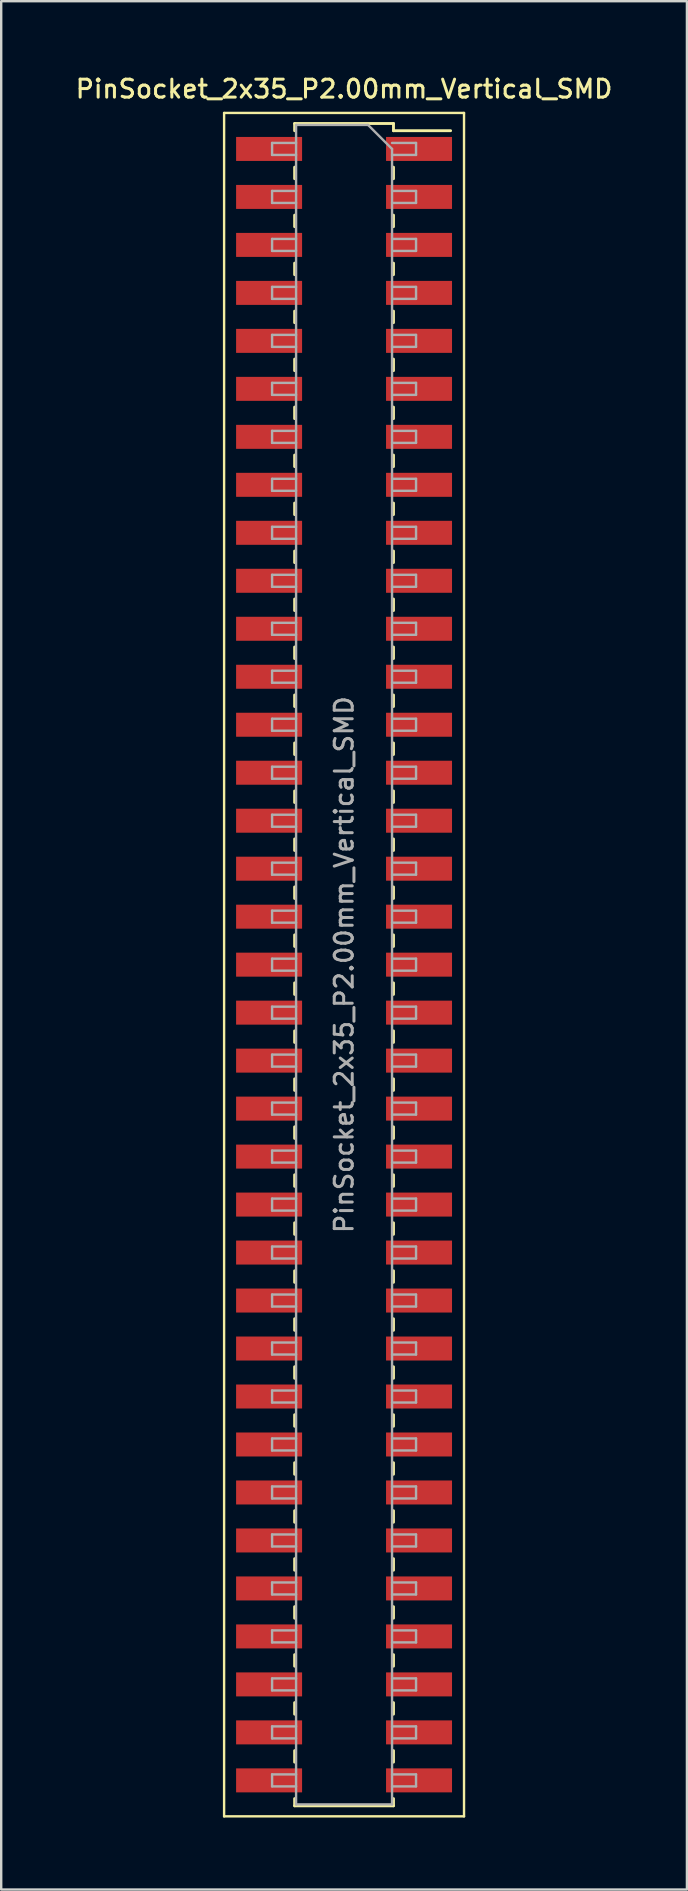
<source format=kicad_pcb>
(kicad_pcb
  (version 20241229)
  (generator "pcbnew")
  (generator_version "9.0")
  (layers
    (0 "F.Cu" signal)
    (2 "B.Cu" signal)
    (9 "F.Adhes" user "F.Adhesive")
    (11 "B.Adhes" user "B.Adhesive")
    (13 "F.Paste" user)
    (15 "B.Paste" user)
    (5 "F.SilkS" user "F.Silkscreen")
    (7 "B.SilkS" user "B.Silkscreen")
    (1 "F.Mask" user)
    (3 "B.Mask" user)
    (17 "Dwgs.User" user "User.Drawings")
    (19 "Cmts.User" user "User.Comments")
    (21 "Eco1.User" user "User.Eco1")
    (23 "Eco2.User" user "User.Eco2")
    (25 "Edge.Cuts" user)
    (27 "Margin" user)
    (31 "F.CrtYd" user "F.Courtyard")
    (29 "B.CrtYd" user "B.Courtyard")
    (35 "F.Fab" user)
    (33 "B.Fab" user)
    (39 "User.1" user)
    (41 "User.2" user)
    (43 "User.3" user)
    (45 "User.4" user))
  (footprint "PinSocket_2x35_P2.00mm_Vertical_SMD"
    (layer "F.Cu")
    (at 11.291 37.158)
    (property "Reference" "PinSocket_2x35_P2.00mm_Vertical_SMD" (at 0 -36.5 0) (layer "F.SilkS") (effects (font (size 0.75 0.75) (thickness 0.125))))
    (attr smd)
    (fp_line (start -5 -35.5) (end 5 -35.5) (stroke (width 0.1) (type solid)) (layer "F.SilkS"))
    (fp_line (start -5 35.5) (end -5 -35.5) (stroke (width 0.1) (type solid)) (layer "F.SilkS"))
    (fp_line (start -2.06 -35.06) (end -2.06 -34.76) (stroke (width 0.12) (type solid)) (layer "F.SilkS"))
    (fp_line (start -2.06 -35.06) (end 2.06 -35.06) (stroke (width 0.12) (type solid)) (layer "F.SilkS"))
    (fp_line (start -2.06 -33.24) (end -2.06 -32.76) (stroke (width 0.12) (type solid)) (layer "F.SilkS"))
    (fp_line (start -2.06 -31.24) (end -2.06 -30.76) (stroke (width 0.12) (type solid)) (layer "F.SilkS"))
    (fp_line (start -2.06 -29.24) (end -2.06 -28.76) (stroke (width 0.12) (type solid)) (layer "F.SilkS"))
    (fp_line (start -2.06 -27.24) (end -2.06 -26.76) (stroke (width 0.12) (type solid)) (layer "F.SilkS"))
    (fp_line (start -2.06 -25.24) (end -2.06 -24.76) (stroke (width 0.12) (type solid)) (layer "F.SilkS"))
    (fp_line (start -2.06 -23.24) (end -2.06 -22.76) (stroke (width 0.12) (type solid)) (layer "F.SilkS"))
    (fp_line (start -2.06 -21.24) (end -2.06 -20.76) (stroke (width 0.12) (type solid)) (layer "F.SilkS"))
    (fp_line (start -2.06 -19.24) (end -2.06 -18.76) (stroke (width 0.12) (type solid)) (layer "F.SilkS"))
    (fp_line (start -2.06 -17.24) (end -2.06 -16.76) (stroke (width 0.12) (type solid)) (layer "F.SilkS"))
    (fp_line (start -2.06 -15.24) (end -2.06 -14.76) (stroke (width 0.12) (type solid)) (layer "F.SilkS"))
    (fp_line (start -2.06 -13.24) (end -2.06 -12.76) (stroke (width 0.12) (type solid)) (layer "F.SilkS"))
    (fp_line (start -2.06 -11.24) (end -2.06 -10.76) (stroke (width 0.12) (type solid)) (layer "F.SilkS"))
    (fp_line (start -2.06 -9.24) (end -2.06 -8.76) (stroke (width 0.12) (type solid)) (layer "F.SilkS"))
    (fp_line (start -2.06 -7.24) (end -2.06 -6.76) (stroke (width 0.12) (type solid)) (layer "F.SilkS"))
    (fp_line (start -2.06 -5.24) (end -2.06 -4.76) (stroke (width 0.12) (type solid)) (layer "F.SilkS"))
    (fp_line (start -2.06 -3.24) (end -2.06 -2.76) (stroke (width 0.12) (type solid)) (layer "F.SilkS"))
    (fp_line (start -2.06 -1.24) (end -2.06 -0.76) (stroke (width 0.12) (type solid)) (layer "F.SilkS"))
    (fp_line (start -2.06 0.76) (end -2.06 1.24) (stroke (width 0.12) (type solid)) (layer "F.SilkS"))
    (fp_line (start -2.06 2.76) (end -2.06 3.24) (stroke (width 0.12) (type solid)) (layer "F.SilkS"))
    (fp_line (start -2.06 4.76) (end -2.06 5.24) (stroke (width 0.12) (type solid)) (layer "F.SilkS"))
    (fp_line (start -2.06 6.76) (end -2.06 7.24) (stroke (width 0.12) (type solid)) (layer "F.SilkS"))
    (fp_line (start -2.06 8.76) (end -2.06 9.24) (stroke (width 0.12) (type solid)) (layer "F.SilkS"))
    (fp_line (start -2.06 10.76) (end -2.06 11.24) (stroke (width 0.12) (type solid)) (layer "F.SilkS"))
    (fp_line (start -2.06 12.76) (end -2.06 13.24) (stroke (width 0.12) (type solid)) (layer "F.SilkS"))
    (fp_line (start -2.06 14.76) (end -2.06 15.24) (stroke (width 0.12) (type solid)) (layer "F.SilkS"))
    (fp_line (start -2.06 16.76) (end -2.06 17.24) (stroke (width 0.12) (type solid)) (layer "F.SilkS"))
    (fp_line (start -2.06 18.76) (end -2.06 19.24) (stroke (width 0.12) (type solid)) (layer "F.SilkS"))
    (fp_line (start -2.06 20.76) (end -2.06 21.24) (stroke (width 0.12) (type solid)) (layer "F.SilkS"))
    (fp_line (start -2.06 22.76) (end -2.06 23.24) (stroke (width 0.12) (type solid)) (layer "F.SilkS"))
    (fp_line (start -2.06 24.76) (end -2.06 25.24) (stroke (width 0.12) (type solid)) (layer "F.SilkS"))
    (fp_line (start -2.06 26.76) (end -2.06 27.24) (stroke (width 0.12) (type solid)) (layer "F.SilkS"))
    (fp_line (start -2.06 28.76) (end -2.06 29.24) (stroke (width 0.12) (type solid)) (layer "F.SilkS"))
    (fp_line (start -2.06 30.76) (end -2.06 31.24) (stroke (width 0.12) (type solid)) (layer "F.SilkS"))
    (fp_line (start -2.06 32.76) (end -2.06 33.24) (stroke (width 0.12) (type solid)) (layer "F.SilkS"))
    (fp_line (start -2.06 34.76) (end -2.06 35.06) (stroke (width 0.12) (type solid)) (layer "F.SilkS"))
    (fp_line (start -2.06 35.06) (end 2.06 35.06) (stroke (width 0.12) (type solid)) (layer "F.SilkS"))
    (fp_line (start 2.06 -35.06) (end 2.06 -34.76) (stroke (width 0.12) (type solid)) (layer "F.SilkS"))
    (fp_line (start 2.06 -34.76) (end 4.44 -34.76) (stroke (width 0.12) (type solid)) (layer "F.SilkS"))
    (fp_line (start 2.06 -33.24) (end 2.06 -32.76) (stroke (width 0.12) (type solid)) (layer "F.SilkS"))
    (fp_line (start 2.06 -31.24) (end 2.06 -30.76) (stroke (width 0.12) (type solid)) (layer "F.SilkS"))
    (fp_line (start 2.06 -29.24) (end 2.06 -28.76) (stroke (width 0.12) (type solid)) (layer "F.SilkS"))
    (fp_line (start 2.06 -27.24) (end 2.06 -26.76) (stroke (width 0.12) (type solid)) (layer "F.SilkS"))
    (fp_line (start 2.06 -25.24) (end 2.06 -24.76) (stroke (width 0.12) (type solid)) (layer "F.SilkS"))
    (fp_line (start 2.06 -23.24) (end 2.06 -22.76) (stroke (width 0.12) (type solid)) (layer "F.SilkS"))
    (fp_line (start 2.06 -21.24) (end 2.06 -20.76) (stroke (width 0.12) (type solid)) (layer "F.SilkS"))
    (fp_line (start 2.06 -19.24) (end 2.06 -18.76) (stroke (width 0.12) (type solid)) (layer "F.SilkS"))
    (fp_line (start 2.06 -17.24) (end 2.06 -16.76) (stroke (width 0.12) (type solid)) (layer "F.SilkS"))
    (fp_line (start 2.06 -15.24) (end 2.06 -14.76) (stroke (width 0.12) (type solid)) (layer "F.SilkS"))
    (fp_line (start 2.06 -13.24) (end 2.06 -12.76) (stroke (width 0.12) (type solid)) (layer "F.SilkS"))
    (fp_line (start 2.06 -11.24) (end 2.06 -10.76) (stroke (width 0.12) (type solid)) (layer "F.SilkS"))
    (fp_line (start 2.06 -9.24) (end 2.06 -8.76) (stroke (width 0.12) (type solid)) (layer "F.SilkS"))
    (fp_line (start 2.06 -7.24) (end 2.06 -6.76) (stroke (width 0.12) (type solid)) (layer "F.SilkS"))
    (fp_line (start 2.06 -5.24) (end 2.06 -4.76) (stroke (width 0.12) (type solid)) (layer "F.SilkS"))
    (fp_line (start 2.06 -3.24) (end 2.06 -2.76) (stroke (width 0.12) (type solid)) (layer "F.SilkS"))
    (fp_line (start 2.06 -1.24) (end 2.06 -0.76) (stroke (width 0.12) (type solid)) (layer "F.SilkS"))
    (fp_line (start 2.06 0.76) (end 2.06 1.24) (stroke (width 0.12) (type solid)) (layer "F.SilkS"))
    (fp_line (start 2.06 2.76) (end 2.06 3.24) (stroke (width 0.12) (type solid)) (layer "F.SilkS"))
    (fp_line (start 2.06 4.76) (end 2.06 5.24) (stroke (width 0.12) (type solid)) (layer "F.SilkS"))
    (fp_line (start 2.06 6.76) (end 2.06 7.24) (stroke (width 0.12) (type solid)) (layer "F.SilkS"))
    (fp_line (start 2.06 8.76) (end 2.06 9.24) (stroke (width 0.12) (type solid)) (layer "F.SilkS"))
    (fp_line (start 2.06 10.76) (end 2.06 11.24) (stroke (width 0.12) (type solid)) (layer "F.SilkS"))
    (fp_line (start 2.06 12.76) (end 2.06 13.24) (stroke (width 0.12) (type solid)) (layer "F.SilkS"))
    (fp_line (start 2.06 14.76) (end 2.06 15.24) (stroke (width 0.12) (type solid)) (layer "F.SilkS"))
    (fp_line (start 2.06 16.76) (end 2.06 17.24) (stroke (width 0.12) (type solid)) (layer "F.SilkS"))
    (fp_line (start 2.06 18.76) (end 2.06 19.24) (stroke (width 0.12) (type solid)) (layer "F.SilkS"))
    (fp_line (start 2.06 20.76) (end 2.06 21.24) (stroke (width 0.12) (type solid)) (layer "F.SilkS"))
    (fp_line (start 2.06 22.76) (end 2.06 23.24) (stroke (width 0.12) (type solid)) (layer "F.SilkS"))
    (fp_line (start 2.06 24.76) (end 2.06 25.24) (stroke (width 0.12) (type solid)) (layer "F.SilkS"))
    (fp_line (start 2.06 26.76) (end 2.06 27.24) (stroke (width 0.12) (type solid)) (layer "F.SilkS"))
    (fp_line (start 2.06 28.76) (end 2.06 29.24) (stroke (width 0.12) (type solid)) (layer "F.SilkS"))
    (fp_line (start 2.06 30.76) (end 2.06 31.24) (stroke (width 0.12) (type solid)) (layer "F.SilkS"))
    (fp_line (start 2.06 32.76) (end 2.06 33.24) (stroke (width 0.12) (type solid)) (layer "F.SilkS"))
    (fp_line (start 2.06 34.76) (end 2.06 35.06) (stroke (width 0.12) (type solid)) (layer "F.SilkS"))
    (fp_line (start 5 -35.5) (end 5 35.5) (stroke (width 0.1) (type solid)) (layer "F.SilkS"))
    (fp_line (start 5 35.5) (end -5 35.5) (stroke (width 0.1) (type solid)) (layer "F.SilkS"))
    (fp_line (start -3 -34.25) (end -2 -34.25) (stroke (width 0.1) (type solid)) (layer "F.Fab"))
    (fp_line (start -3 -33.75) (end -3 -34.25) (stroke (width 0.1) (type solid)) (layer "F.Fab"))
    (fp_line (start -3 -32.25) (end -2 -32.25) (stroke (width 0.1) (type solid)) (layer "F.Fab"))
    (fp_line (start -3 -31.75) (end -3 -32.25) (stroke (width 0.1) (type solid)) (layer "F.Fab"))
    (fp_line (start -3 -30.25) (end -2 -30.25) (stroke (width 0.1) (type solid)) (layer "F.Fab"))
    (fp_line (start -3 -29.75) (end -3 -30.25) (stroke (width 0.1) (type solid)) (layer "F.Fab"))
    (fp_line (start -3 -28.25) (end -2 -28.25) (stroke (width 0.1) (type solid)) (layer "F.Fab"))
    (fp_line (start -3 -27.75) (end -3 -28.25) (stroke (width 0.1) (type solid)) (layer "F.Fab"))
    (fp_line (start -3 -26.25) (end -2 -26.25) (stroke (width 0.1) (type solid)) (layer "F.Fab"))
    (fp_line (start -3 -25.75) (end -3 -26.25) (stroke (width 0.1) (type solid)) (layer "F.Fab"))
    (fp_line (start -3 -24.25) (end -2 -24.25) (stroke (width 0.1) (type solid)) (layer "F.Fab"))
    (fp_line (start -3 -23.75) (end -3 -24.25) (stroke (width 0.1) (type solid)) (layer "F.Fab"))
    (fp_line (start -3 -22.25) (end -2 -22.25) (stroke (width 0.1) (type solid)) (layer "F.Fab"))
    (fp_line (start -3 -21.75) (end -3 -22.25) (stroke (width 0.1) (type solid)) (layer "F.Fab"))
    (fp_line (start -3 -20.25) (end -2 -20.25) (stroke (width 0.1) (type solid)) (layer "F.Fab"))
    (fp_line (start -3 -19.75) (end -3 -20.25) (stroke (width 0.1) (type solid)) (layer "F.Fab"))
    (fp_line (start -3 -18.25) (end -2 -18.25) (stroke (width 0.1) (type solid)) (layer "F.Fab"))
    (fp_line (start -3 -17.75) (end -3 -18.25) (stroke (width 0.1) (type solid)) (layer "F.Fab"))
    (fp_line (start -3 -16.25) (end -2 -16.25) (stroke (width 0.1) (type solid)) (layer "F.Fab"))
    (fp_line (start -3 -15.75) (end -3 -16.25) (stroke (width 0.1) (type solid)) (layer "F.Fab"))
    (fp_line (start -3 -14.25) (end -2 -14.25) (stroke (width 0.1) (type solid)) (layer "F.Fab"))
    (fp_line (start -3 -13.75) (end -3 -14.25) (stroke (width 0.1) (type solid)) (layer "F.Fab"))
    (fp_line (start -3 -12.25) (end -2 -12.25) (stroke (width 0.1) (type solid)) (layer "F.Fab"))
    (fp_line (start -3 -11.75) (end -3 -12.25) (stroke (width 0.1) (type solid)) (layer "F.Fab"))
    (fp_line (start -3 -10.25) (end -2 -10.25) (stroke (width 0.1) (type solid)) (layer "F.Fab"))
    (fp_line (start -3 -9.75) (end -3 -10.25) (stroke (width 0.1) (type solid)) (layer "F.Fab"))
    (fp_line (start -3 -8.25) (end -2 -8.25) (stroke (width 0.1) (type solid)) (layer "F.Fab"))
    (fp_line (start -3 -7.75) (end -3 -8.25) (stroke (width 0.1) (type solid)) (layer "F.Fab"))
    (fp_line (start -3 -6.25) (end -2 -6.25) (stroke (width 0.1) (type solid)) (layer "F.Fab"))
    (fp_line (start -3 -5.75) (end -3 -6.25) (stroke (width 0.1) (type solid)) (layer "F.Fab"))
    (fp_line (start -3 -4.25) (end -2 -4.25) (stroke (width 0.1) (type solid)) (layer "F.Fab"))
    (fp_line (start -3 -3.75) (end -3 -4.25) (stroke (width 0.1) (type solid)) (layer "F.Fab"))
    (fp_line (start -3 -2.25) (end -2 -2.25) (stroke (width 0.1) (type solid)) (layer "F.Fab"))
    (fp_line (start -3 -1.75) (end -3 -2.25) (stroke (width 0.1) (type solid)) (layer "F.Fab"))
    (fp_line (start -3 -0.25) (end -2 -0.25) (stroke (width 0.1) (type solid)) (layer "F.Fab"))
    (fp_line (start -3 0.25) (end -3 -0.25) (stroke (width 0.1) (type solid)) (layer "F.Fab"))
    (fp_line (start -3 1.75) (end -2 1.75) (stroke (width 0.1) (type solid)) (layer "F.Fab"))
    (fp_line (start -3 2.25) (end -3 1.75) (stroke (width 0.1) (type solid)) (layer "F.Fab"))
    (fp_line (start -3 3.75) (end -2 3.75) (stroke (width 0.1) (type solid)) (layer "F.Fab"))
    (fp_line (start -3 4.25) (end -3 3.75) (stroke (width 0.1) (type solid)) (layer "F.Fab"))
    (fp_line (start -3 5.75) (end -2 5.75) (stroke (width 0.1) (type solid)) (layer "F.Fab"))
    (fp_line (start -3 6.25) (end -3 5.75) (stroke (width 0.1) (type solid)) (layer "F.Fab"))
    (fp_line (start -3 7.75) (end -2 7.75) (stroke (width 0.1) (type solid)) (layer "F.Fab"))
    (fp_line (start -3 8.25) (end -3 7.75) (stroke (width 0.1) (type solid)) (layer "F.Fab"))
    (fp_line (start -3 9.75) (end -2 9.75) (stroke (width 0.1) (type solid)) (layer "F.Fab"))
    (fp_line (start -3 10.25) (end -3 9.75) (stroke (width 0.1) (type solid)) (layer "F.Fab"))
    (fp_line (start -3 11.75) (end -2 11.75) (stroke (width 0.1) (type solid)) (layer "F.Fab"))
    (fp_line (start -3 12.25) (end -3 11.75) (stroke (width 0.1) (type solid)) (layer "F.Fab"))
    (fp_line (start -3 13.75) (end -2 13.75) (stroke (width 0.1) (type solid)) (layer "F.Fab"))
    (fp_line (start -3 14.25) (end -3 13.75) (stroke (width 0.1) (type solid)) (layer "F.Fab"))
    (fp_line (start -3 15.75) (end -2 15.75) (stroke (width 0.1) (type solid)) (layer "F.Fab"))
    (fp_line (start -3 16.25) (end -3 15.75) (stroke (width 0.1) (type solid)) (layer "F.Fab"))
    (fp_line (start -3 17.75) (end -2 17.75) (stroke (width 0.1) (type solid)) (layer "F.Fab"))
    (fp_line (start -3 18.25) (end -3 17.75) (stroke (width 0.1) (type solid)) (layer "F.Fab"))
    (fp_line (start -3 19.75) (end -2 19.75) (stroke (width 0.1) (type solid)) (layer "F.Fab"))
    (fp_line (start -3 20.25) (end -3 19.75) (stroke (width 0.1) (type solid)) (layer "F.Fab"))
    (fp_line (start -3 21.75) (end -2 21.75) (stroke (width 0.1) (type solid)) (layer "F.Fab"))
    (fp_line (start -3 22.25) (end -3 21.75) (stroke (width 0.1) (type solid)) (layer "F.Fab"))
    (fp_line (start -3 23.75) (end -2 23.75) (stroke (width 0.1) (type solid)) (layer "F.Fab"))
    (fp_line (start -3 24.25) (end -3 23.75) (stroke (width 0.1) (type solid)) (layer "F.Fab"))
    (fp_line (start -3 25.75) (end -2 25.75) (stroke (width 0.1) (type solid)) (layer "F.Fab"))
    (fp_line (start -3 26.25) (end -3 25.75) (stroke (width 0.1) (type solid)) (layer "F.Fab"))
    (fp_line (start -3 27.75) (end -2 27.75) (stroke (width 0.1) (type solid)) (layer "F.Fab"))
    (fp_line (start -3 28.25) (end -3 27.75) (stroke (width 0.1) (type solid)) (layer "F.Fab"))
    (fp_line (start -3 29.75) (end -2 29.75) (stroke (width 0.1) (type solid)) (layer "F.Fab"))
    (fp_line (start -3 30.25) (end -3 29.75) (stroke (width 0.1) (type solid)) (layer "F.Fab"))
    (fp_line (start -3 31.75) (end -2 31.75) (stroke (width 0.1) (type solid)) (layer "F.Fab"))
    (fp_line (start -3 32.25) (end -3 31.75) (stroke (width 0.1) (type solid)) (layer "F.Fab"))
    (fp_line (start -3 33.75) (end -2 33.75) (stroke (width 0.1) (type solid)) (layer "F.Fab"))
    (fp_line (start -3 34.25) (end -3 33.75) (stroke (width 0.1) (type solid)) (layer "F.Fab"))
    (fp_line (start -2 -35) (end 1 -35) (stroke (width 0.1) (type solid)) (layer "F.Fab"))
    (fp_line (start -2 -33.75) (end -3 -33.75) (stroke (width 0.1) (type solid)) (layer "F.Fab"))
    (fp_line (start -2 -31.75) (end -3 -31.75) (stroke (width 0.1) (type solid)) (layer "F.Fab"))
    (fp_line (start -2 -29.75) (end -3 -29.75) (stroke (width 0.1) (type solid)) (layer "F.Fab"))
    (fp_line (start -2 -27.75) (end -3 -27.75) (stroke (width 0.1) (type solid)) (layer "F.Fab"))
    (fp_line (start -2 -25.75) (end -3 -25.75) (stroke (width 0.1) (type solid)) (layer "F.Fab"))
    (fp_line (start -2 -23.75) (end -3 -23.75) (stroke (width 0.1) (type solid)) (layer "F.Fab"))
    (fp_line (start -2 -21.75) (end -3 -21.75) (stroke (width 0.1) (type solid)) (layer "F.Fab"))
    (fp_line (start -2 -19.75) (end -3 -19.75) (stroke (width 0.1) (type solid)) (layer "F.Fab"))
    (fp_line (start -2 -17.75) (end -3 -17.75) (stroke (width 0.1) (type solid)) (layer "F.Fab"))
    (fp_line (start -2 -15.75) (end -3 -15.75) (stroke (width 0.1) (type solid)) (layer "F.Fab"))
    (fp_line (start -2 -13.75) (end -3 -13.75) (stroke (width 0.1) (type solid)) (layer "F.Fab"))
    (fp_line (start -2 -11.75) (end -3 -11.75) (stroke (width 0.1) (type solid)) (layer "F.Fab"))
    (fp_line (start -2 -9.75) (end -3 -9.75) (stroke (width 0.1) (type solid)) (layer "F.Fab"))
    (fp_line (start -2 -7.75) (end -3 -7.75) (stroke (width 0.1) (type solid)) (layer "F.Fab"))
    (fp_line (start -2 -5.75) (end -3 -5.75) (stroke (width 0.1) (type solid)) (layer "F.Fab"))
    (fp_line (start -2 -3.75) (end -3 -3.75) (stroke (width 0.1) (type solid)) (layer "F.Fab"))
    (fp_line (start -2 -1.75) (end -3 -1.75) (stroke (width 0.1) (type solid)) (layer "F.Fab"))
    (fp_line (start -2 0.25) (end -3 0.25) (stroke (width 0.1) (type solid)) (layer "F.Fab"))
    (fp_line (start -2 2.25) (end -3 2.25) (stroke (width 0.1) (type solid)) (layer "F.Fab"))
    (fp_line (start -2 4.25) (end -3 4.25) (stroke (width 0.1) (type solid)) (layer "F.Fab"))
    (fp_line (start -2 6.25) (end -3 6.25) (stroke (width 0.1) (type solid)) (layer "F.Fab"))
    (fp_line (start -2 8.25) (end -3 8.25) (stroke (width 0.1) (type solid)) (layer "F.Fab"))
    (fp_line (start -2 10.25) (end -3 10.25) (stroke (width 0.1) (type solid)) (layer "F.Fab"))
    (fp_line (start -2 12.25) (end -3 12.25) (stroke (width 0.1) (type solid)) (layer "F.Fab"))
    (fp_line (start -2 14.25) (end -3 14.25) (stroke (width 0.1) (type solid)) (layer "F.Fab"))
    (fp_line (start -2 16.25) (end -3 16.25) (stroke (width 0.1) (type solid)) (layer "F.Fab"))
    (fp_line (start -2 18.25) (end -3 18.25) (stroke (width 0.1) (type solid)) (layer "F.Fab"))
    (fp_line (start -2 20.25) (end -3 20.25) (stroke (width 0.1) (type solid)) (layer "F.Fab"))
    (fp_line (start -2 22.25) (end -3 22.25) (stroke (width 0.1) (type solid)) (layer "F.Fab"))
    (fp_line (start -2 24.25) (end -3 24.25) (stroke (width 0.1) (type solid)) (layer "F.Fab"))
    (fp_line (start -2 26.25) (end -3 26.25) (stroke (width 0.1) (type solid)) (layer "F.Fab"))
    (fp_line (start -2 28.25) (end -3 28.25) (stroke (width 0.1) (type solid)) (layer "F.Fab"))
    (fp_line (start -2 30.25) (end -3 30.25) (stroke (width 0.1) (type solid)) (layer "F.Fab"))
    (fp_line (start -2 32.25) (end -3 32.25) (stroke (width 0.1) (type solid)) (layer "F.Fab"))
    (fp_line (start -2 34.25) (end -3 34.25) (stroke (width 0.1) (type solid)) (layer "F.Fab"))
    (fp_line (start -2 35) (end -2 -35) (stroke (width 0.1) (type solid)) (layer "F.Fab"))
    (fp_line (start 1 -35) (end 2 -34) (stroke (width 0.1) (type solid)) (layer "F.Fab"))
    (fp_line (start 2 -34.25) (end 3 -34.25) (stroke (width 0.1) (type solid)) (layer "F.Fab"))
    (fp_line (start 2 -34) (end 2 35) (stroke (width 0.1) (type solid)) (layer "F.Fab"))
    (fp_line (start 2 -32.25) (end 3 -32.25) (stroke (width 0.1) (type solid)) (layer "F.Fab"))
    (fp_line (start 2 -30.25) (end 3 -30.25) (stroke (width 0.1) (type solid)) (layer "F.Fab"))
    (fp_line (start 2 -28.25) (end 3 -28.25) (stroke (width 0.1) (type solid)) (layer "F.Fab"))
    (fp_line (start 2 -26.25) (end 3 -26.25) (stroke (width 0.1) (type solid)) (layer "F.Fab"))
    (fp_line (start 2 -24.25) (end 3 -24.25) (stroke (width 0.1) (type solid)) (layer "F.Fab"))
    (fp_line (start 2 -22.25) (end 3 -22.25) (stroke (width 0.1) (type solid)) (layer "F.Fab"))
    (fp_line (start 2 -20.25) (end 3 -20.25) (stroke (width 0.1) (type solid)) (layer "F.Fab"))
    (fp_line (start 2 -18.25) (end 3 -18.25) (stroke (width 0.1) (type solid)) (layer "F.Fab"))
    (fp_line (start 2 -16.25) (end 3 -16.25) (stroke (width 0.1) (type solid)) (layer "F.Fab"))
    (fp_line (start 2 -14.25) (end 3 -14.25) (stroke (width 0.1) (type solid)) (layer "F.Fab"))
    (fp_line (start 2 -12.25) (end 3 -12.25) (stroke (width 0.1) (type solid)) (layer "F.Fab"))
    (fp_line (start 2 -10.25) (end 3 -10.25) (stroke (width 0.1) (type solid)) (layer "F.Fab"))
    (fp_line (start 2 -8.25) (end 3 -8.25) (stroke (width 0.1) (type solid)) (layer "F.Fab"))
    (fp_line (start 2 -6.25) (end 3 -6.25) (stroke (width 0.1) (type solid)) (layer "F.Fab"))
    (fp_line (start 2 -4.25) (end 3 -4.25) (stroke (width 0.1) (type solid)) (layer "F.Fab"))
    (fp_line (start 2 -2.25) (end 3 -2.25) (stroke (width 0.1) (type solid)) (layer "F.Fab"))
    (fp_line (start 2 -0.25) (end 3 -0.25) (stroke (width 0.1) (type solid)) (layer "F.Fab"))
    (fp_line (start 2 1.75) (end 3 1.75) (stroke (width 0.1) (type solid)) (layer "F.Fab"))
    (fp_line (start 2 3.75) (end 3 3.75) (stroke (width 0.1) (type solid)) (layer "F.Fab"))
    (fp_line (start 2 5.75) (end 3 5.75) (stroke (width 0.1) (type solid)) (layer "F.Fab"))
    (fp_line (start 2 7.75) (end 3 7.75) (stroke (width 0.1) (type solid)) (layer "F.Fab"))
    (fp_line (start 2 9.75) (end 3 9.75) (stroke (width 0.1) (type solid)) (layer "F.Fab"))
    (fp_line (start 2 11.75) (end 3 11.75) (stroke (width 0.1) (type solid)) (layer "F.Fab"))
    (fp_line (start 2 13.75) (end 3 13.75) (stroke (width 0.1) (type solid)) (layer "F.Fab"))
    (fp_line (start 2 15.75) (end 3 15.75) (stroke (width 0.1) (type solid)) (layer "F.Fab"))
    (fp_line (start 2 17.75) (end 3 17.75) (stroke (width 0.1) (type solid)) (layer "F.Fab"))
    (fp_line (start 2 19.75) (end 3 19.75) (stroke (width 0.1) (type solid)) (layer "F.Fab"))
    (fp_line (start 2 21.75) (end 3 21.75) (stroke (width 0.1) (type solid)) (layer "F.Fab"))
    (fp_line (start 2 23.75) (end 3 23.75) (stroke (width 0.1) (type solid)) (layer "F.Fab"))
    (fp_line (start 2 25.75) (end 3 25.75) (stroke (width 0.1) (type solid)) (layer "F.Fab"))
    (fp_line (start 2 27.75) (end 3 27.75) (stroke (width 0.1) (type solid)) (layer "F.Fab"))
    (fp_line (start 2 29.75) (end 3 29.75) (stroke (width 0.1) (type solid)) (layer "F.Fab"))
    (fp_line (start 2 31.75) (end 3 31.75) (stroke (width 0.1) (type solid)) (layer "F.Fab"))
    (fp_line (start 2 33.75) (end 3 33.75) (stroke (width 0.1) (type solid)) (layer "F.Fab"))
    (fp_line (start 2 35) (end -2 35) (stroke (width 0.1) (type solid)) (layer "F.Fab"))
    (fp_line (start 3 -34.25) (end 3 -33.75) (stroke (width 0.1) (type solid)) (layer "F.Fab"))
    (fp_line (start 3 -33.75) (end 2 -33.75) (stroke (width 0.1) (type solid)) (layer "F.Fab"))
    (fp_line (start 3 -32.25) (end 3 -31.75) (stroke (width 0.1) (type solid)) (layer "F.Fab"))
    (fp_line (start 3 -31.75) (end 2 -31.75) (stroke (width 0.1) (type solid)) (layer "F.Fab"))
    (fp_line (start 3 -30.25) (end 3 -29.75) (stroke (width 0.1) (type solid)) (layer "F.Fab"))
    (fp_line (start 3 -29.75) (end 2 -29.75) (stroke (width 0.1) (type solid)) (layer "F.Fab"))
    (fp_line (start 3 -28.25) (end 3 -27.75) (stroke (width 0.1) (type solid)) (layer "F.Fab"))
    (fp_line (start 3 -27.75) (end 2 -27.75) (stroke (width 0.1) (type solid)) (layer "F.Fab"))
    (fp_line (start 3 -26.25) (end 3 -25.75) (stroke (width 0.1) (type solid)) (layer "F.Fab"))
    (fp_line (start 3 -25.75) (end 2 -25.75) (stroke (width 0.1) (type solid)) (layer "F.Fab"))
    (fp_line (start 3 -24.25) (end 3 -23.75) (stroke (width 0.1) (type solid)) (layer "F.Fab"))
    (fp_line (start 3 -23.75) (end 2 -23.75) (stroke (width 0.1) (type solid)) (layer "F.Fab"))
    (fp_line (start 3 -22.25) (end 3 -21.75) (stroke (width 0.1) (type solid)) (layer "F.Fab"))
    (fp_line (start 3 -21.75) (end 2 -21.75) (stroke (width 0.1) (type solid)) (layer "F.Fab"))
    (fp_line (start 3 -20.25) (end 3 -19.75) (stroke (width 0.1) (type solid)) (layer "F.Fab"))
    (fp_line (start 3 -19.75) (end 2 -19.75) (stroke (width 0.1) (type solid)) (layer "F.Fab"))
    (fp_line (start 3 -18.25) (end 3 -17.75) (stroke (width 0.1) (type solid)) (layer "F.Fab"))
    (fp_line (start 3 -17.75) (end 2 -17.75) (stroke (width 0.1) (type solid)) (layer "F.Fab"))
    (fp_line (start 3 -16.25) (end 3 -15.75) (stroke (width 0.1) (type solid)) (layer "F.Fab"))
    (fp_line (start 3 -15.75) (end 2 -15.75) (stroke (width 0.1) (type solid)) (layer "F.Fab"))
    (fp_line (start 3 -14.25) (end 3 -13.75) (stroke (width 0.1) (type solid)) (layer "F.Fab"))
    (fp_line (start 3 -13.75) (end 2 -13.75) (stroke (width 0.1) (type solid)) (layer "F.Fab"))
    (fp_line (start 3 -12.25) (end 3 -11.75) (stroke (width 0.1) (type solid)) (layer "F.Fab"))
    (fp_line (start 3 -11.75) (end 2 -11.75) (stroke (width 0.1) (type solid)) (layer "F.Fab"))
    (fp_line (start 3 -10.25) (end 3 -9.75) (stroke (width 0.1) (type solid)) (layer "F.Fab"))
    (fp_line (start 3 -9.75) (end 2 -9.75) (stroke (width 0.1) (type solid)) (layer "F.Fab"))
    (fp_line (start 3 -8.25) (end 3 -7.75) (stroke (width 0.1) (type solid)) (layer "F.Fab"))
    (fp_line (start 3 -7.75) (end 2 -7.75) (stroke (width 0.1) (type solid)) (layer "F.Fab"))
    (fp_line (start 3 -6.25) (end 3 -5.75) (stroke (width 0.1) (type solid)) (layer "F.Fab"))
    (fp_line (start 3 -5.75) (end 2 -5.75) (stroke (width 0.1) (type solid)) (layer "F.Fab"))
    (fp_line (start 3 -4.25) (end 3 -3.75) (stroke (width 0.1) (type solid)) (layer "F.Fab"))
    (fp_line (start 3 -3.75) (end 2 -3.75) (stroke (width 0.1) (type solid)) (layer "F.Fab"))
    (fp_line (start 3 -2.25) (end 3 -1.75) (stroke (width 0.1) (type solid)) (layer "F.Fab"))
    (fp_line (start 3 -1.75) (end 2 -1.75) (stroke (width 0.1) (type solid)) (layer "F.Fab"))
    (fp_line (start 3 -0.25) (end 3 0.25) (stroke (width 0.1) (type solid)) (layer "F.Fab"))
    (fp_line (start 3 0.25) (end 2 0.25) (stroke (width 0.1) (type solid)) (layer "F.Fab"))
    (fp_line (start 3 1.75) (end 3 2.25) (stroke (width 0.1) (type solid)) (layer "F.Fab"))
    (fp_line (start 3 2.25) (end 2 2.25) (stroke (width 0.1) (type solid)) (layer "F.Fab"))
    (fp_line (start 3 3.75) (end 3 4.25) (stroke (width 0.1) (type solid)) (layer "F.Fab"))
    (fp_line (start 3 4.25) (end 2 4.25) (stroke (width 0.1) (type solid)) (layer "F.Fab"))
    (fp_line (start 3 5.75) (end 3 6.25) (stroke (width 0.1) (type solid)) (layer "F.Fab"))
    (fp_line (start 3 6.25) (end 2 6.25) (stroke (width 0.1) (type solid)) (layer "F.Fab"))
    (fp_line (start 3 7.75) (end 3 8.25) (stroke (width 0.1) (type solid)) (layer "F.Fab"))
    (fp_line (start 3 8.25) (end 2 8.25) (stroke (width 0.1) (type solid)) (layer "F.Fab"))
    (fp_line (start 3 9.75) (end 3 10.25) (stroke (width 0.1) (type solid)) (layer "F.Fab"))
    (fp_line (start 3 10.25) (end 2 10.25) (stroke (width 0.1) (type solid)) (layer "F.Fab"))
    (fp_line (start 3 11.75) (end 3 12.25) (stroke (width 0.1) (type solid)) (layer "F.Fab"))
    (fp_line (start 3 12.25) (end 2 12.25) (stroke (width 0.1) (type solid)) (layer "F.Fab"))
    (fp_line (start 3 13.75) (end 3 14.25) (stroke (width 0.1) (type solid)) (layer "F.Fab"))
    (fp_line (start 3 14.25) (end 2 14.25) (stroke (width 0.1) (type solid)) (layer "F.Fab"))
    (fp_line (start 3 15.75) (end 3 16.25) (stroke (width 0.1) (type solid)) (layer "F.Fab"))
    (fp_line (start 3 16.25) (end 2 16.25) (stroke (width 0.1) (type solid)) (layer "F.Fab"))
    (fp_line (start 3 17.75) (end 3 18.25) (stroke (width 0.1) (type solid)) (layer "F.Fab"))
    (fp_line (start 3 18.25) (end 2 18.25) (stroke (width 0.1) (type solid)) (layer "F.Fab"))
    (fp_line (start 3 19.75) (end 3 20.25) (stroke (width 0.1) (type solid)) (layer "F.Fab"))
    (fp_line (start 3 20.25) (end 2 20.25) (stroke (width 0.1) (type solid)) (layer "F.Fab"))
    (fp_line (start 3 21.75) (end 3 22.25) (stroke (width 0.1) (type solid)) (layer "F.Fab"))
    (fp_line (start 3 22.25) (end 2 22.25) (stroke (width 0.1) (type solid)) (layer "F.Fab"))
    (fp_line (start 3 23.75) (end 3 24.25) (stroke (width 0.1) (type solid)) (layer "F.Fab"))
    (fp_line (start 3 24.25) (end 2 24.25) (stroke (width 0.1) (type solid)) (layer "F.Fab"))
    (fp_line (start 3 25.75) (end 3 26.25) (stroke (width 0.1) (type solid)) (layer "F.Fab"))
    (fp_line (start 3 26.25) (end 2 26.25) (stroke (width 0.1) (type solid)) (layer "F.Fab"))
    (fp_line (start 3 27.75) (end 3 28.25) (stroke (width 0.1) (type solid)) (layer "F.Fab"))
    (fp_line (start 3 28.25) (end 2 28.25) (stroke (width 0.1) (type solid)) (layer "F.Fab"))
    (fp_line (start 3 29.75) (end 3 30.25) (stroke (width 0.1) (type solid)) (layer "F.Fab"))
    (fp_line (start 3 30.25) (end 2 30.25) (stroke (width 0.1) (type solid)) (layer "F.Fab"))
    (fp_line (start 3 31.75) (end 3 32.25) (stroke (width 0.1) (type solid)) (layer "F.Fab"))
    (fp_line (start 3 32.25) (end 2 32.25) (stroke (width 0.1) (type solid)) (layer "F.Fab"))
    (fp_line (start 3 33.75) (end 3 34.25) (stroke (width 0.1) (type solid)) (layer "F.Fab"))
    (fp_line (start 3 34.25) (end 2 34.25) (stroke (width 0.1) (type solid)) (layer "F.Fab"))
    (fp_text user "${REFERENCE}" (at 0 0 90) (layer "F.Fab") (effects (font (size 0.75 0.75) (thickness 0.125))))
    (pad "1" smd rect (at 3.125 -34) (size 2.75 1) (layers "F.Cu" "F.Mask" "F.Paste"))
    (pad "2" smd rect (at -3.125 -34) (size 2.75 1) (layers "F.Cu" "F.Mask" "F.Paste"))
    (pad "3" smd rect (at 3.125 -32) (size 2.75 1) (layers "F.Cu" "F.Mask" "F.Paste"))
    (pad "4" smd rect (at -3.125 -32) (size 2.75 1) (layers "F.Cu" "F.Mask" "F.Paste"))
    (pad "5" smd rect (at 3.125 -30) (size 2.75 1) (layers "F.Cu" "F.Mask" "F.Paste"))
    (pad "6" smd rect (at -3.125 -30) (size 2.75 1) (layers "F.Cu" "F.Mask" "F.Paste"))
    (pad "7" smd rect (at 3.125 -28) (size 2.75 1) (layers "F.Cu" "F.Mask" "F.Paste"))
    (pad "8" smd rect (at -3.125 -28) (size 2.75 1) (layers "F.Cu" "F.Mask" "F.Paste"))
    (pad "9" smd rect (at 3.125 -26) (size 2.75 1) (layers "F.Cu" "F.Mask" "F.Paste"))
    (pad "10" smd rect (at -3.125 -26) (size 2.75 1) (layers "F.Cu" "F.Mask" "F.Paste"))
    (pad "11" smd rect (at 3.125 -24) (size 2.75 1) (layers "F.Cu" "F.Mask" "F.Paste"))
    (pad "12" smd rect (at -3.125 -24) (size 2.75 1) (layers "F.Cu" "F.Mask" "F.Paste"))
    (pad "13" smd rect (at 3.125 -22) (size 2.75 1) (layers "F.Cu" "F.Mask" "F.Paste"))
    (pad "14" smd rect (at -3.125 -22) (size 2.75 1) (layers "F.Cu" "F.Mask" "F.Paste"))
    (pad "15" smd rect (at 3.125 -20) (size 2.75 1) (layers "F.Cu" "F.Mask" "F.Paste"))
    (pad "16" smd rect (at -3.125 -20) (size 2.75 1) (layers "F.Cu" "F.Mask" "F.Paste"))
    (pad "17" smd rect (at 3.125 -18) (size 2.75 1) (layers "F.Cu" "F.Mask" "F.Paste"))
    (pad "18" smd rect (at -3.125 -18) (size 2.75 1) (layers "F.Cu" "F.Mask" "F.Paste"))
    (pad "19" smd rect (at 3.125 -16) (size 2.75 1) (layers "F.Cu" "F.Mask" "F.Paste"))
    (pad "20" smd rect (at -3.125 -16) (size 2.75 1) (layers "F.Cu" "F.Mask" "F.Paste"))
    (pad "21" smd rect (at 3.125 -14) (size 2.75 1) (layers "F.Cu" "F.Mask" "F.Paste"))
    (pad "22" smd rect (at -3.125 -14) (size 2.75 1) (layers "F.Cu" "F.Mask" "F.Paste"))
    (pad "23" smd rect (at 3.125 -12) (size 2.75 1) (layers "F.Cu" "F.Mask" "F.Paste"))
    (pad "24" smd rect (at -3.125 -12) (size 2.75 1) (layers "F.Cu" "F.Mask" "F.Paste"))
    (pad "25" smd rect (at 3.125 -10) (size 2.75 1) (layers "F.Cu" "F.Mask" "F.Paste"))
    (pad "26" smd rect (at -3.125 -10) (size 2.75 1) (layers "F.Cu" "F.Mask" "F.Paste"))
    (pad "27" smd rect (at 3.125 -8) (size 2.75 1) (layers "F.Cu" "F.Mask" "F.Paste"))
    (pad "28" smd rect (at -3.125 -8) (size 2.75 1) (layers "F.Cu" "F.Mask" "F.Paste"))
    (pad "29" smd rect (at 3.125 -6) (size 2.75 1) (layers "F.Cu" "F.Mask" "F.Paste"))
    (pad "30" smd rect (at -3.125 -6) (size 2.75 1) (layers "F.Cu" "F.Mask" "F.Paste"))
    (pad "31" smd rect (at 3.125 -4) (size 2.75 1) (layers "F.Cu" "F.Mask" "F.Paste"))
    (pad "32" smd rect (at -3.125 -4) (size 2.75 1) (layers "F.Cu" "F.Mask" "F.Paste"))
    (pad "33" smd rect (at 3.125 -2) (size 2.75 1) (layers "F.Cu" "F.Mask" "F.Paste"))
    (pad "34" smd rect (at -3.125 -2) (size 2.75 1) (layers "F.Cu" "F.Mask" "F.Paste"))
    (pad "35" smd rect (at 3.125 0) (size 2.75 1) (layers "F.Cu" "F.Mask" "F.Paste"))
    (pad "36" smd rect (at -3.125 0) (size 2.75 1) (layers "F.Cu" "F.Mask" "F.Paste"))
    (pad "37" smd rect (at 3.125 2) (size 2.75 1) (layers "F.Cu" "F.Mask" "F.Paste"))
    (pad "38" smd rect (at -3.125 2) (size 2.75 1) (layers "F.Cu" "F.Mask" "F.Paste"))
    (pad "39" smd rect (at 3.125 4) (size 2.75 1) (layers "F.Cu" "F.Mask" "F.Paste"))
    (pad "40" smd rect (at -3.125 4) (size 2.75 1) (layers "F.Cu" "F.Mask" "F.Paste"))
    (pad "41" smd rect (at 3.125 6) (size 2.75 1) (layers "F.Cu" "F.Mask" "F.Paste"))
    (pad "42" smd rect (at -3.125 6) (size 2.75 1) (layers "F.Cu" "F.Mask" "F.Paste"))
    (pad "43" smd rect (at 3.125 8) (size 2.75 1) (layers "F.Cu" "F.Mask" "F.Paste"))
    (pad "44" smd rect (at -3.125 8) (size 2.75 1) (layers "F.Cu" "F.Mask" "F.Paste"))
    (pad "45" smd rect (at 3.125 10) (size 2.75 1) (layers "F.Cu" "F.Mask" "F.Paste"))
    (pad "46" smd rect (at -3.125 10) (size 2.75 1) (layers "F.Cu" "F.Mask" "F.Paste"))
    (pad "47" smd rect (at 3.125 12) (size 2.75 1) (layers "F.Cu" "F.Mask" "F.Paste"))
    (pad "48" smd rect (at -3.125 12) (size 2.75 1) (layers "F.Cu" "F.Mask" "F.Paste"))
    (pad "49" smd rect (at 3.125 14) (size 2.75 1) (layers "F.Cu" "F.Mask" "F.Paste"))
    (pad "50" smd rect (at -3.125 14) (size 2.75 1) (layers "F.Cu" "F.Mask" "F.Paste"))
    (pad "51" smd rect (at 3.125 16) (size 2.75 1) (layers "F.Cu" "F.Mask" "F.Paste"))
    (pad "52" smd rect (at -3.125 16) (size 2.75 1) (layers "F.Cu" "F.Mask" "F.Paste"))
    (pad "53" smd rect (at 3.125 18) (size 2.75 1) (layers "F.Cu" "F.Mask" "F.Paste"))
    (pad "54" smd rect (at -3.125 18) (size 2.75 1) (layers "F.Cu" "F.Mask" "F.Paste"))
    (pad "55" smd rect (at 3.125 20) (size 2.75 1) (layers "F.Cu" "F.Mask" "F.Paste"))
    (pad "56" smd rect (at -3.125 20) (size 2.75 1) (layers "F.Cu" "F.Mask" "F.Paste"))
    (pad "57" smd rect (at 3.125 22) (size 2.75 1) (layers "F.Cu" "F.Mask" "F.Paste"))
    (pad "58" smd rect (at -3.125 22) (size 2.75 1) (layers "F.Cu" "F.Mask" "F.Paste"))
    (pad "59" smd rect (at 3.125 24) (size 2.75 1) (layers "F.Cu" "F.Mask" "F.Paste"))
    (pad "60" smd rect (at -3.125 24) (size 2.75 1) (layers "F.Cu" "F.Mask" "F.Paste"))
    (pad "61" smd rect (at 3.125 26) (size 2.75 1) (layers "F.Cu" "F.Mask" "F.Paste"))
    (pad "62" smd rect (at -3.125 26) (size 2.75 1) (layers "F.Cu" "F.Mask" "F.Paste"))
    (pad "63" smd rect (at 3.125 28) (size 2.75 1) (layers "F.Cu" "F.Mask" "F.Paste"))
    (pad "64" smd rect (at -3.125 28) (size 2.75 1) (layers "F.Cu" "F.Mask" "F.Paste"))
    (pad "65" smd rect (at 3.125 30) (size 2.75 1) (layers "F.Cu" "F.Mask" "F.Paste"))
    (pad "66" smd rect (at -3.125 30) (size 2.75 1) (layers "F.Cu" "F.Mask" "F.Paste"))
    (pad "67" smd rect (at 3.125 32) (size 2.75 1) (layers "F.Cu" "F.Mask" "F.Paste"))
    (pad "68" smd rect (at -3.125 32) (size 2.75 1) (layers "F.Cu" "F.Mask" "F.Paste"))
    (pad "69" smd rect (at 3.125 34) (size 2.75 1) (layers "F.Cu" "F.Mask" "F.Paste"))
    (pad "70" smd rect (at -3.125 34) (size 2.75 1) (layers "F.Cu" "F.Mask" "F.Paste")))
  (gr_rect
    (start -3 -3)
    (end 25.582 75.708)
    (stroke (width 0.1) (type default))
    (fill no)
    (layer "Edge.Cuts")))
</source>
